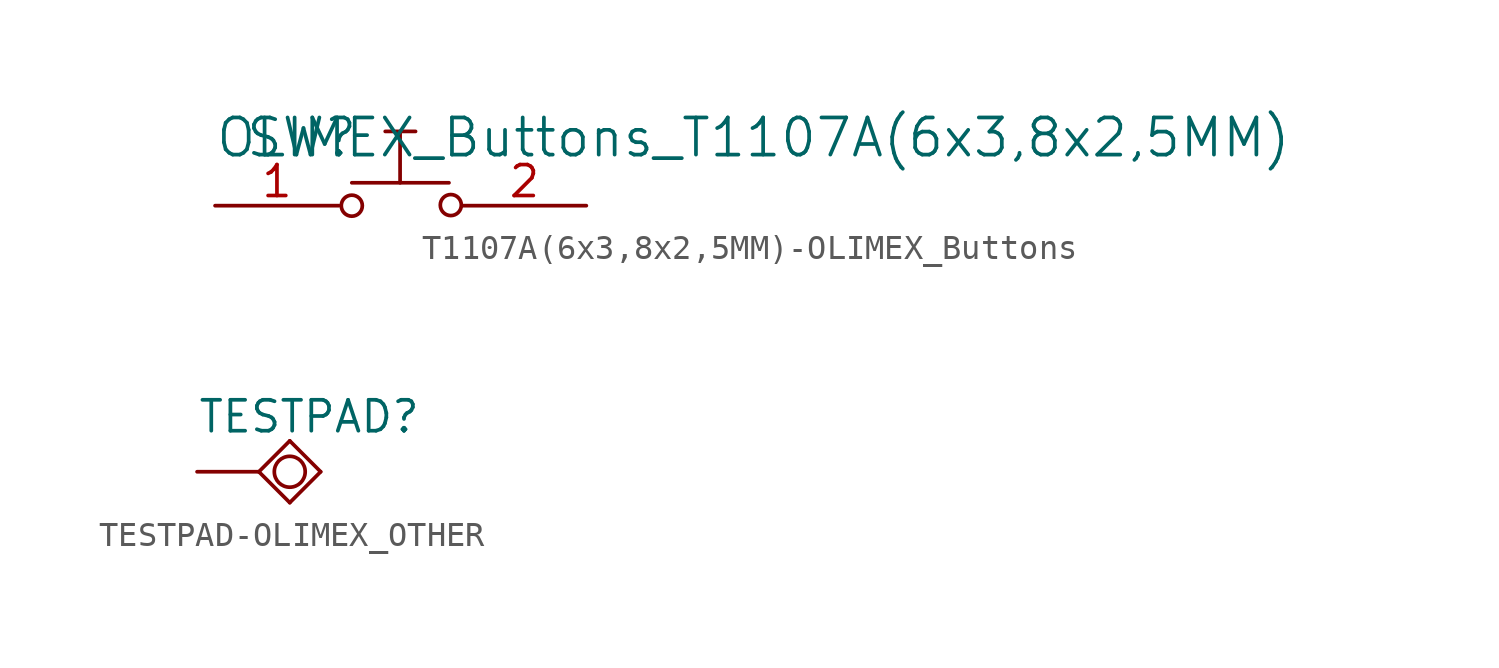
<source format=kicad_sym>
(kicad_symbol_lib
  (version 20220914)
  (generator kicad_symbol_editor)
  (symbol "T1107A(6x3,8x2,5MM)-OLIMEX_Buttons"
    (pin_names
      (offset 1.016))
    (property "Reference" "SW"
      (at -4.064 2.794 0)
      (effects (font (size 1.524 1.524))))
    (property "Value" "OLIMEX_Buttons_T1107A(6x3,8x2,5MM)"
      (at 14.478 2.794 0)
      (effects (font (size 1.524 1.524))))
    (property "Footprint" ""
      (at -0.025 0.965 0)
      (effects (font (size 1.524 1.524))))
    (property "Datasheet" ""
      (at -0.025 0.965 0)
      (effects (font (size 1.524 1.524))))
    (symbol "T1107A(6x3,8x2,5MM)-OLIMEX_Buttons_0_1"
      (circle (center -2.007 0) (radius 0.432) (stroke (width 0) (type solid)) (fill (type none)))
      (polyline (pts (xy -0.635 3.048) (xy 0.61 3.048)) (stroke (width 0) (type solid)) (fill (type none)))
      (polyline (pts (xy -0.025 0.94) (xy -2.007 0.94)) (stroke (width 0) (type solid)) (fill (type none)))
      (polyline (pts (xy -0.025 0.94) (xy 1.981 0.94)) (stroke (width 0) (type solid)) (fill (type none)))
      (polyline (pts (xy -0.025 1.016) (xy -0.025 2.972)) (stroke (width 0) (type solid)) (fill (type none)))
      (circle (center 2.057 0.025) (radius 0.432) (stroke (width 0) (type solid)) (fill (type none))))
    (symbol "T1107A(6x3,8x2,5MM)-OLIMEX_Buttons_1_1"
      (pin passive line (at -7.62 0 0) (length 5.08) (name "~" (effects (font (size 1.27 1.27)))) (number "1" (effects (font (size 1.27 1.27)))))
      (pin passive line (at 7.62 0 180) (length 5.08) (name "~" (effects (font (size 1.27 1.27)))) (number "2" (effects (font (size 1.27 1.27)))))))
  (symbol "TESTPAD-OLIMEX_OTHER"
    (pin_numbers hide)
    (pin_names
      (offset 0) hide)
    (property "Reference" "TESTPAD"
      (at -2.54 1.524 0)
      (effects (font (size 1.27 1.27)) (justify left bottom)))
    (property "Datasheet" ""
      (at 0 0 90)
      (effects (font (size 1.524 1.524))))
    (symbol "TESTPAD-OLIMEX_OTHER_1_0"
      (polyline (pts (xy 0 0) (xy 1.27 -1.27)) (stroke (width 0) (type solid)) (fill (type none)))
      (polyline (pts (xy 1.27 -1.27) (xy 2.54 0)) (stroke (width 0) (type solid)) (fill (type none)))
      (polyline (pts (xy 1.27 1.27) (xy 0 0)) (stroke (width 0) (type solid)) (fill (type none)))
      (polyline (pts (xy 2.54 0) (xy 1.27 1.27)) (stroke (width 0) (type solid)) (fill (type none))))
    (symbol "TESTPAD-OLIMEX_OTHER_1_1"
      (circle (center 1.27 0) (radius 0.635) (stroke (width 0) (type solid)) (fill (type none)))
      (pin passive line (at -2.54 0 0) (length 2.54) (name "Pad" (effects (font (size 1.016 1.016)))) (number "1" (effects (font (size 1.016 1.016))))))))
</source>
